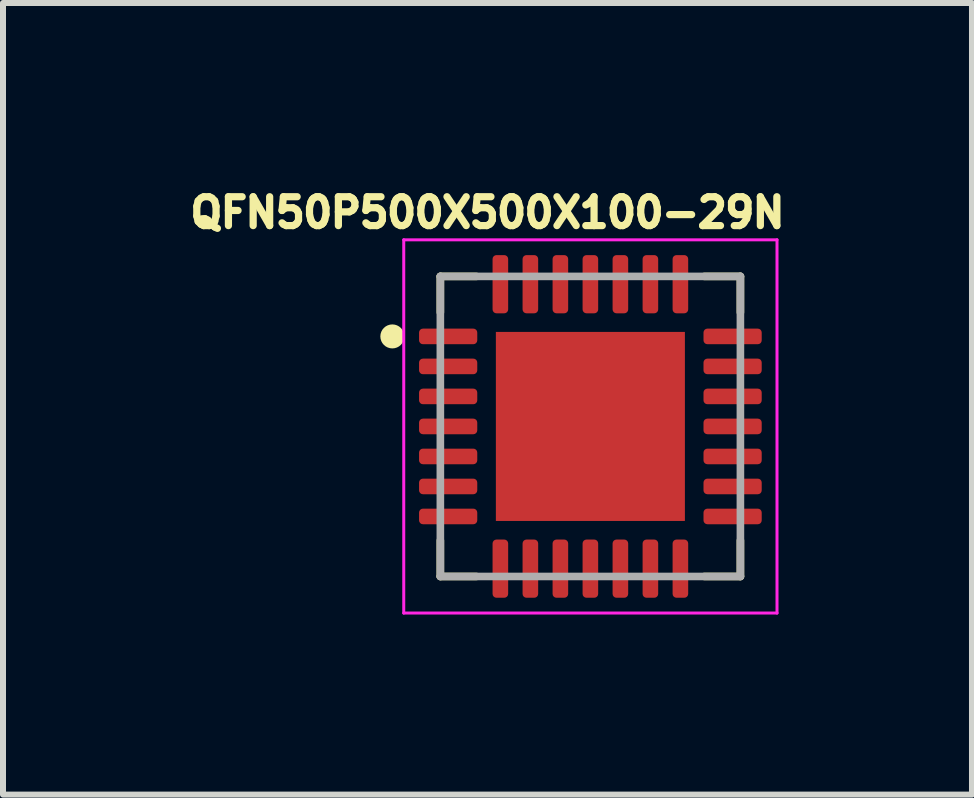
<source format=kicad_pcb>
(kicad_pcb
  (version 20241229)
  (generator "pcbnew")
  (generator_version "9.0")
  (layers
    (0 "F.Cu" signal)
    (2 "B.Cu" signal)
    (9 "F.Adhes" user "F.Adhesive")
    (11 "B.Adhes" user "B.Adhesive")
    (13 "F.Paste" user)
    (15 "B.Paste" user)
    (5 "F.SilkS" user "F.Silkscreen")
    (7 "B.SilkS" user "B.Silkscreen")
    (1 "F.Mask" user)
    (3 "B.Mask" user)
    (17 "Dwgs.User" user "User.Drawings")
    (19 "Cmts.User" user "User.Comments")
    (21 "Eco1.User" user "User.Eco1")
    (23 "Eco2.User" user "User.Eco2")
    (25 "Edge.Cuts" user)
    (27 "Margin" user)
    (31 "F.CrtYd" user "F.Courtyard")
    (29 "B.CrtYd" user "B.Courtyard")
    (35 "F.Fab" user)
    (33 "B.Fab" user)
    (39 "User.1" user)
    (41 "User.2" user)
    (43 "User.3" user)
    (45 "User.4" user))
  (footprint "QFN50P500X500X100-29N"
    (layer "F.Cu")
    (at 6.788 4.056)
    (property "Reference" "QFN50P500X500X100-29N" (at -1.714 -3.563 0) (layer "F.SilkS") (effects (font (size 0.481 0.481) (thickness 0.15))))
    (attr smd)
    (fp_line (start -2.5 -2.5) (end -1.9 -2.5) (stroke (width 0.127) (type solid)) (layer "F.SilkS"))
    (fp_line (start -2.5 -1.9) (end -2.5 -2.5) (stroke (width 0.127) (type solid)) (layer "F.SilkS"))
    (fp_line (start -2.5 2.5) (end -2.5 1.9) (stroke (width 0.127) (type solid)) (layer "F.SilkS"))
    (fp_line (start -1.9 2.5) (end -2.5 2.5) (stroke (width 0.127) (type solid)) (layer "F.SilkS"))
    (fp_line (start 1.9 -2.5) (end 2.5 -2.5) (stroke (width 0.127) (type solid)) (layer "F.SilkS"))
    (fp_line (start 2.5 -2.5) (end 2.5 -1.9) (stroke (width 0.127) (type solid)) (layer "F.SilkS"))
    (fp_line (start 2.5 1.9) (end 2.5 2.5) (stroke (width 0.127) (type solid)) (layer "F.SilkS"))
    (fp_line (start 2.5 2.5) (end 1.9 2.5) (stroke (width 0.127) (type solid)) (layer "F.SilkS"))
    (fp_circle (center -3.3 -1.5) (end -3.2 -1.5) (stroke (width 0.2) (type solid)) (fill no) (layer "F.SilkS"))
    (fp_poly (pts (xy -0.991 -0.989) (xy 0.989 -0.989) (xy 0.989 0.991) (xy -0.991 0.991)) (stroke (width 0.01) (type solid)) (fill yes) (layer "F.Paste"))
    (fp_line (start -3.11 -3.11) (end 3.11 -3.11) (stroke (width 0.05) (type solid)) (layer "F.CrtYd"))
    (fp_line (start -3.11 3.11) (end -3.11 -3.11) (stroke (width 0.05) (type solid)) (layer "F.CrtYd"))
    (fp_line (start 3.11 -3.11) (end 3.11 3.11) (stroke (width 0.05) (type solid)) (layer "F.CrtYd"))
    (fp_line (start 3.11 3.11) (end -3.11 3.11) (stroke (width 0.05) (type solid)) (layer "F.CrtYd"))
    (fp_line (start -2.5 -2.5) (end 2.5 -2.5) (stroke (width 0.127) (type solid)) (layer "F.Fab"))
    (fp_line (start -2.5 2.5) (end -2.5 -2.5) (stroke (width 0.127) (type solid)) (layer "F.Fab"))
    (fp_line (start 2.5 -2.5) (end 2.5 2.5) (stroke (width 0.127) (type solid)) (layer "F.Fab"))
    (fp_line (start 2.5 2.5) (end -2.5 2.5) (stroke (width 0.127) (type solid)) (layer "F.Fab"))
    (pad "1" smd roundrect (at -2.37 -1.5) (size 0.97 0.26) (layers "F.Cu" "F.Mask" "F.Paste") (roundrect_rratio 0.25))
    (pad "2" smd roundrect (at -2.37 -1) (size 0.97 0.26) (layers "F.Cu" "F.Mask" "F.Paste") (roundrect_rratio 0.25))
    (pad "3" smd roundrect (at -2.37 -0.5) (size 0.97 0.26) (layers "F.Cu" "F.Mask" "F.Paste") (roundrect_rratio 0.25))
    (pad "4" smd roundrect (at -2.37 0) (size 0.97 0.26) (layers "F.Cu" "F.Mask" "F.Paste") (roundrect_rratio 0.25))
    (pad "5" smd roundrect (at -2.37 0.5) (size 0.97 0.26) (layers "F.Cu" "F.Mask" "F.Paste") (roundrect_rratio 0.25))
    (pad "6" smd roundrect (at -2.37 1) (size 0.97 0.26) (layers "F.Cu" "F.Mask" "F.Paste") (roundrect_rratio 0.25))
    (pad "7" smd roundrect (at -2.37 1.5) (size 0.97 0.26) (layers "F.Cu" "F.Mask" "F.Paste") (roundrect_rratio 0.25))
    (pad "8" smd roundrect (at -1.5 2.37) (size 0.26 0.97) (layers "F.Cu" "F.Mask" "F.Paste") (roundrect_rratio 0.25))
    (pad "9" smd roundrect (at -1 2.37) (size 0.26 0.97) (layers "F.Cu" "F.Mask" "F.Paste") (roundrect_rratio 0.25))
    (pad "10" smd roundrect (at -0.5 2.37) (size 0.26 0.97) (layers "F.Cu" "F.Mask" "F.Paste") (roundrect_rratio 0.25))
    (pad "11" smd roundrect (at 0 2.37) (size 0.26 0.97) (layers "F.Cu" "F.Mask" "F.Paste") (roundrect_rratio 0.25))
    (pad "12" smd roundrect (at 0.5 2.37) (size 0.26 0.97) (layers "F.Cu" "F.Mask" "F.Paste") (roundrect_rratio 0.25))
    (pad "13" smd roundrect (at 1 2.37) (size 0.26 0.97) (layers "F.Cu" "F.Mask" "F.Paste") (roundrect_rratio 0.25))
    (pad "14" smd roundrect (at 1.5 2.37) (size 0.26 0.97) (layers "F.Cu" "F.Mask" "F.Paste") (roundrect_rratio 0.25))
    (pad "15" smd roundrect (at 2.37 1.5) (size 0.97 0.26) (layers "F.Cu" "F.Mask" "F.Paste") (roundrect_rratio 0.25))
    (pad "16" smd roundrect (at 2.37 1) (size 0.97 0.26) (layers "F.Cu" "F.Mask" "F.Paste") (roundrect_rratio 0.25))
    (pad "17" smd roundrect (at 2.37 0.5) (size 0.97 0.26) (layers "F.Cu" "F.Mask" "F.Paste") (roundrect_rratio 0.25))
    (pad "18" smd roundrect (at 2.37 0) (size 0.97 0.26) (layers "F.Cu" "F.Mask" "F.Paste") (roundrect_rratio 0.25))
    (pad "19" smd roundrect (at 2.37 -0.5) (size 0.97 0.26) (layers "F.Cu" "F.Mask" "F.Paste") (roundrect_rratio 0.25))
    (pad "20" smd roundrect (at 2.37 -1) (size 0.97 0.26) (layers "F.Cu" "F.Mask" "F.Paste") (roundrect_rratio 0.25))
    (pad "21" smd roundrect (at 2.37 -1.5) (size 0.97 0.26) (layers "F.Cu" "F.Mask" "F.Paste") (roundrect_rratio 0.25))
    (pad "22" smd roundrect (at 1.5 -2.37) (size 0.26 0.97) (layers "F.Cu" "F.Mask" "F.Paste") (roundrect_rratio 0.25))
    (pad "23" smd roundrect (at 1 -2.37) (size 0.26 0.97) (layers "F.Cu" "F.Mask" "F.Paste") (roundrect_rratio 0.25))
    (pad "24" smd roundrect (at 0.5 -2.37) (size 0.26 0.97) (layers "F.Cu" "F.Mask" "F.Paste") (roundrect_rratio 0.25))
    (pad "25" smd roundrect (at 0 -2.37) (size 0.26 0.97) (layers "F.Cu" "F.Mask" "F.Paste") (roundrect_rratio 0.25))
    (pad "26" smd roundrect (at -0.5 -2.37) (size 0.26 0.97) (layers "F.Cu" "F.Mask" "F.Paste") (roundrect_rratio 0.25))
    (pad "27" smd roundrect (at -1 -2.37) (size 0.26 0.97) (layers "F.Cu" "F.Mask" "F.Paste") (roundrect_rratio 0.25))
    (pad "28" smd roundrect (at -1.5 -2.37) (size 0.26 0.97) (layers "F.Cu" "F.Mask" "F.Paste") (roundrect_rratio 0.25))
    (pad "29" smd rect (at 0 0) (size 3.15 3.15) (layers "F.Cu" "F.Mask")))
  (gr_rect
    (start -3 -3)
    (end 13.147 10.191)
    (stroke (width 0.1) (type default))
    (fill no)
    (layer "Edge.Cuts")))
</source>
